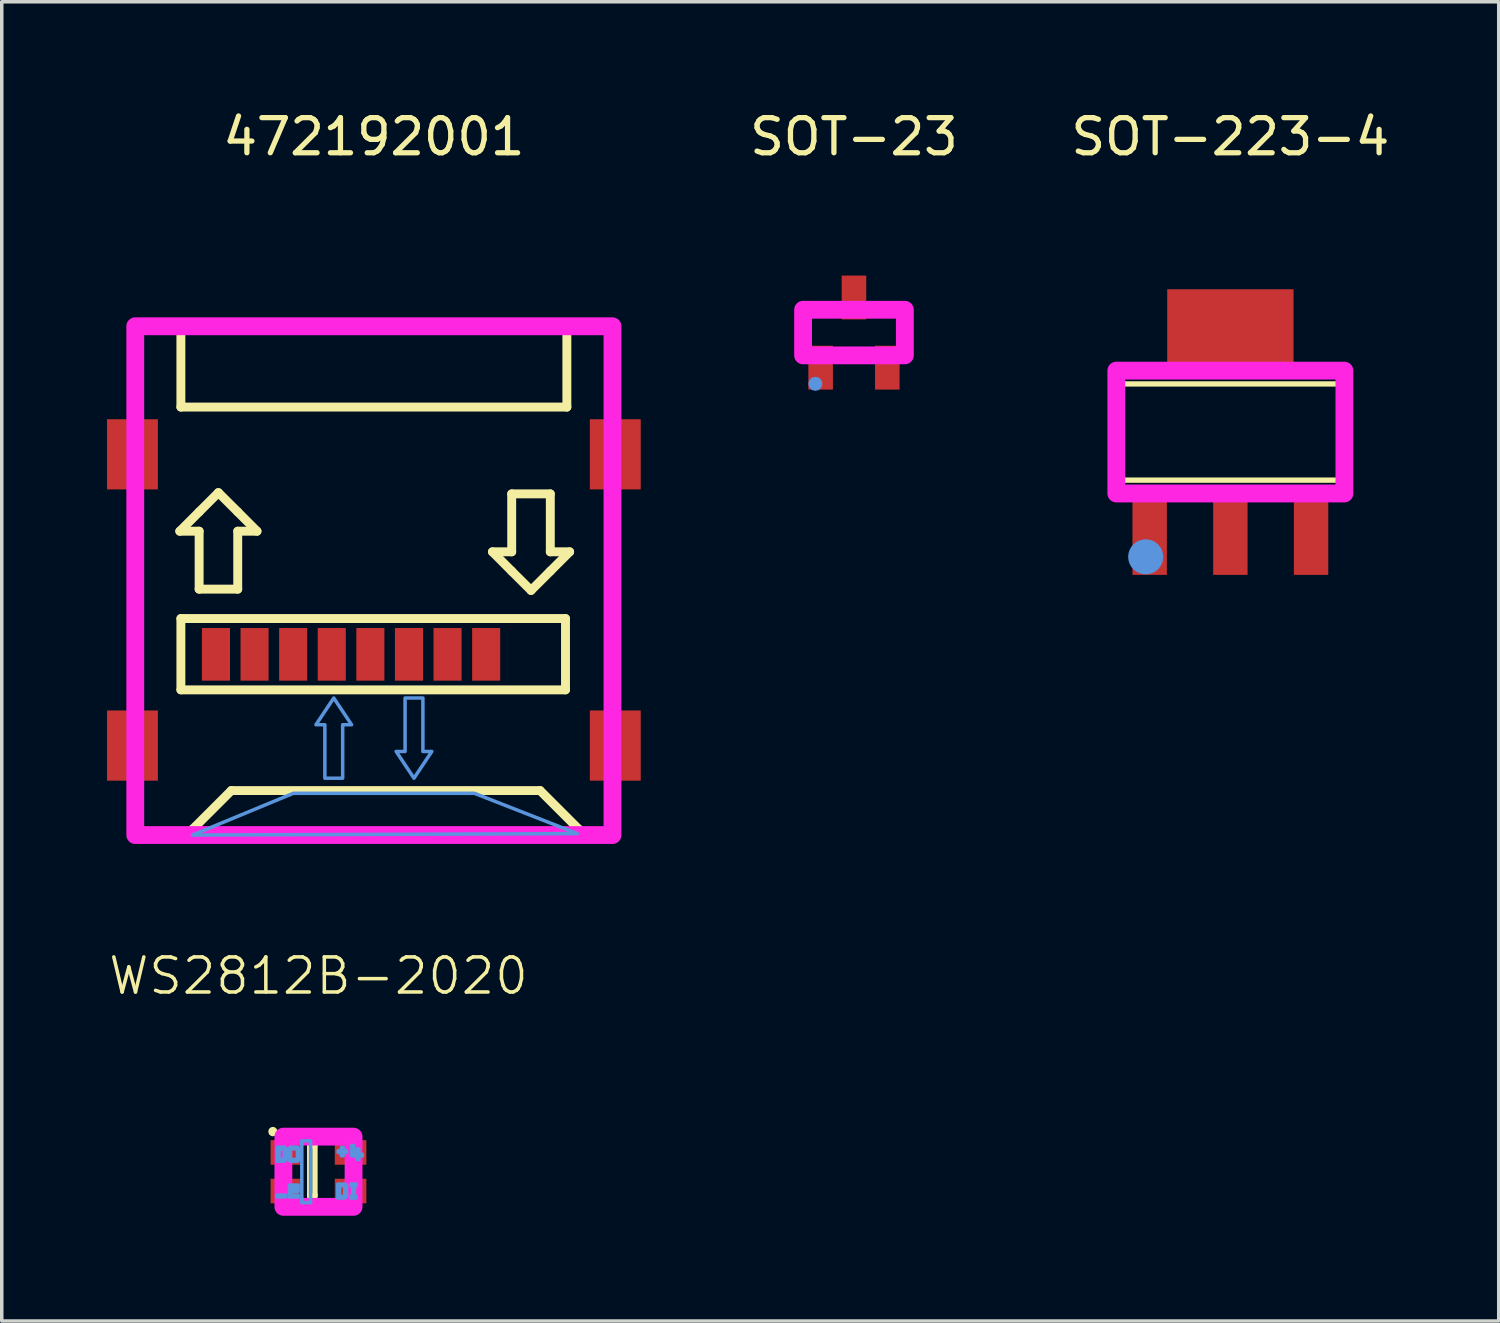
<source format=kicad_pcb>
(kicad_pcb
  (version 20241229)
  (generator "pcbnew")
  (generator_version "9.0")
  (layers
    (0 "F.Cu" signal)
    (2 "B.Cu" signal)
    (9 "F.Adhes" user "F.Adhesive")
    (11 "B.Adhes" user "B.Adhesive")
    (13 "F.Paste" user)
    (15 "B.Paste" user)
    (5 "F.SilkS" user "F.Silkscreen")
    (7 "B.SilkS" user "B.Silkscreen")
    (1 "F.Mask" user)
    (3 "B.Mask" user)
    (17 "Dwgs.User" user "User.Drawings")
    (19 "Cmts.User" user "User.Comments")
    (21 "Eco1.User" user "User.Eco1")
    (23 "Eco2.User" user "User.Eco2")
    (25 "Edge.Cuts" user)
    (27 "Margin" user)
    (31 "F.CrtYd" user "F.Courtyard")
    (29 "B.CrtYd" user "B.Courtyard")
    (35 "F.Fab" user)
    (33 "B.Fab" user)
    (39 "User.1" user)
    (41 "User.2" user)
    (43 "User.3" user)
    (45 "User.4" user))
  (footprint "472192001"
    (layer "F.Cu")
    (at 7.605 1.348)
    (property "Reference" "472192001" (at 0 -0.5 0) (unlocked yes) (layer "F.SilkS") (effects (font (size 1 1) (thickness 0.15))))
    (attr smd)
    (fp_line (start -6.731 4.913) (end -6.731 7.35) (stroke (width 0.254) (type solid)) (layer "F.SilkS"))
    (fp_line (start -6.731 9.75) (end -6.731 15.7) (stroke (width 0.254) (type solid)) (layer "F.SilkS"))
    (fp_line (start -6.731 18) (end -6.731 19.4) (stroke (width 0.254) (type solid)) (layer "F.SilkS"))
    (fp_line (start -6.731 19.4) (end 6.89 19.4) (stroke (width 0.254) (type solid)) (layer "F.SilkS"))
    (fp_line (start -5.531 10.741) (end -4.98 10.19) (stroke (width 0.254) (type solid)) (layer "F.SilkS"))
    (fp_line (start -5.5 5.003) (end 5.5 5.003) (stroke (width 0.254) (type solid)) (layer "F.SilkS"))
    (fp_line (start -5.5 7.203) (end -5.5 5.003) (stroke (width 0.254) (type solid)) (layer "F.SilkS"))
    (fp_line (start -5.5 13.23) (end 5.461 13.23) (stroke (width 0.254) (type solid)) (layer "F.SilkS"))
    (fp_line (start -5.5 15.262) (end -5.5 13.23) (stroke (width 0.254) (type solid)) (layer "F.SilkS"))
    (fp_line (start -5.163 19.231) (end -4.063 18.132) (stroke (width 0.254) (type solid)) (layer "F.SilkS"))
    (fp_line (start -5.163 19.362) (end -5.163 19.231) (stroke (width 0.254) (type solid)) (layer "F.SilkS"))
    (fp_line (start -4.98 10.19) (end -4.431 9.641) (stroke (width 0.254) (type solid)) (layer "F.SilkS"))
    (fp_line (start -4.98 10.741) (end -5.531 10.741) (stroke (width 0.254) (type solid)) (layer "F.SilkS"))
    (fp_line (start -4.98 12.392) (end -4.98 10.741) (stroke (width 0.254) (type solid)) (layer "F.SilkS"))
    (fp_line (start -4.431 9.641) (end -3.88 10.19) (stroke (width 0.254) (type solid)) (layer "F.SilkS"))
    (fp_line (start -4.063 18.132) (end 4.737 18.132) (stroke (width 0.254) (type solid)) (layer "F.SilkS"))
    (fp_line (start -3.88 10.19) (end -3.331 10.741) (stroke (width 0.254) (type solid)) (layer "F.SilkS"))
    (fp_line (start -3.88 10.741) (end -3.88 12.392) (stroke (width 0.254) (type solid)) (layer "F.SilkS"))
    (fp_line (start -3.88 12.392) (end -4.98 12.392) (stroke (width 0.254) (type solid)) (layer "F.SilkS"))
    (fp_line (start -3.331 10.741) (end -3.88 10.741) (stroke (width 0.254) (type solid)) (layer "F.SilkS"))
    (fp_line (start 3.379 11.328) (end 3.928 11.328) (stroke (width 0.254) (type solid)) (layer "F.SilkS"))
    (fp_line (start 3.928 9.677) (end 5.028 9.677) (stroke (width 0.254) (type solid)) (layer "F.SilkS"))
    (fp_line (start 3.928 11.328) (end 3.928 9.677) (stroke (width 0.254) (type solid)) (layer "F.SilkS"))
    (fp_line (start 3.928 11.879) (end 3.379 11.328) (stroke (width 0.254) (type solid)) (layer "F.SilkS"))
    (fp_line (start 4.479 12.428) (end 3.928 11.879) (stroke (width 0.254) (type solid)) (layer "F.SilkS"))
    (fp_line (start 4.737 18.132) (end 5.837 19.232) (stroke (width 0.254) (type solid)) (layer "F.SilkS"))
    (fp_line (start 5.028 9.677) (end 5.028 11.328) (stroke (width 0.254) (type solid)) (layer "F.SilkS"))
    (fp_line (start 5.028 11.328) (end 5.579 11.328) (stroke (width 0.254) (type solid)) (layer "F.SilkS"))
    (fp_line (start 5.028 11.879) (end 4.479 12.428) (stroke (width 0.254) (type solid)) (layer "F.SilkS"))
    (fp_line (start 5.461 13.23) (end 5.461 15.262) (stroke (width 0.254) (type solid)) (layer "F.SilkS"))
    (fp_line (start 5.461 15.262) (end -5.5 15.262) (stroke (width 0.254) (type solid)) (layer "F.SilkS"))
    (fp_line (start 5.5 5.003) (end 5.5 7.203) (stroke (width 0.254) (type solid)) (layer "F.SilkS"))
    (fp_line (start 5.5 7.203) (end -5.5 7.203) (stroke (width 0.254) (type solid)) (layer "F.SilkS"))
    (fp_line (start 5.579 11.328) (end 5.028 11.879) (stroke (width 0.254) (type solid)) (layer "F.SilkS"))
    (fp_line (start 5.837 19.232) (end 5.837 19.362) (stroke (width 0.254) (type solid)) (layer "F.SilkS"))
    (fp_line (start 6.89 4.903) (end -6.731 4.903) (stroke (width 0.254) (type solid)) (layer "F.SilkS"))
    (fp_line (start 6.89 7.35) (end 6.89 4.903) (stroke (width 0.254) (type solid)) (layer "F.SilkS"))
    (fp_line (start 6.89 15.7) (end 6.89 9.75) (stroke (width 0.254) (type solid)) (layer "F.SilkS"))
    (fp_line (start 6.89 19.4) (end -6.71 19.4) (stroke (width 0.254) (type solid)) (layer "F.SilkS"))
    (fp_line (start 6.89 19.4) (end 6.89 18) (stroke (width 0.254) (type solid)) (layer "F.SilkS"))
    (fp_poly (pts (xy -5.17 19.4) (xy -2.297 18.21) (xy -0.01 18.21) (xy 2.864 18.21) (xy 5.8 19.36)) (stroke (width 0.1) (type solid)) (fill no) (layer "Cmts.User"))
    (fp_poly (pts (xy -1.143 15.494) (xy -1.651 16.256) (xy -1.397 16.256) (xy -1.397 17.78) (xy -0.889 17.78) (xy -0.889 16.256) (xy -0.635 16.256) (xy -1.143 15.494)) (stroke (width 0.1) (type solid)) (fill no) (layer "Cmts.User"))
    (fp_poly (pts (xy 1.143 17.78) (xy 1.651 17.018) (xy 1.397 17.018) (xy 1.397 15.494) (xy 0.889 15.494) (xy 0.889 17.018) (xy 0.635 17.018) (xy 1.143 17.78)) (stroke (width 0.1) (type solid)) (fill no) (layer "Cmts.User"))
    (fp_poly (pts (xy -6.8 19.4) (xy -6.8 4.9) (xy 6.8 4.9) (xy 6.8 19.4)) (stroke (width 0.508) (type solid)) (fill no) (layer "F.CrtYd"))
    (pad "1" smd rect (at 3.2 14.25) (size 0.8 1.5) (layers "F.Cu" "F.Mask" "F.Paste"))
    (pad "2" smd rect (at 2.1 14.25) (size 0.8 1.5) (layers "F.Cu" "F.Mask" "F.Paste"))
    (pad "3" smd rect (at 1 14.25) (size 0.8 1.5) (layers "F.Cu" "F.Mask" "F.Paste"))
    (pad "4" smd rect (at -0.1 14.25) (size 0.8 1.5) (layers "F.Cu" "F.Mask" "F.Paste"))
    (pad "5" smd rect (at -1.2 14.25) (size 0.8 1.5) (layers "F.Cu" "F.Mask" "F.Paste"))
    (pad "6" smd rect (at -2.3 14.25) (size 0.8 1.5) (layers "F.Cu" "F.Mask" "F.Paste"))
    (pad "7" smd rect (at -3.4 14.25) (size 0.8 1.5) (layers "F.Cu" "F.Mask" "F.Paste"))
    (pad "8" smd rect (at -4.5 14.25) (size 0.8 1.5) (layers "F.Cu" "F.Mask" "F.Paste"))
    (pad "9" smd rect (at 6.88 8.55) (size 1.45 2) (layers "F.Cu" "F.Mask" "F.Paste"))
    (pad "10" smd rect (at -6.88 8.55) (size 1.45 2) (layers "F.Cu" "F.Mask" "F.Paste"))
    (pad "11" smd rect (at -6.88 16.85) (size 1.45 2) (layers "F.Cu" "F.Mask" "F.Paste"))
    (pad "12" smd rect (at 6.88 16.85) (size 1.45 2) (layers "F.Cu" "F.Mask" "F.Paste")))
  (footprint "SOT-223-4"
    (layer "F.Cu")
    (at 32.014 1.348)
    (property "Reference" "SOT-223-4" (at 0 -0.5 0) (unlocked yes) (layer "F.SilkS") (effects (font (size 1 1) (thickness 0.15))))
    (attr smd)
    (fp_line (start -3.326 6.543) (end 3.326 6.543) (stroke (width 0.152) (type solid)) (layer "F.SilkS"))
    (fp_line (start -3.326 9.286) (end -3.326 6.543) (stroke (width 0.152) (type solid)) (layer "F.SilkS"))
    (fp_line (start 3.326 6.543) (end 3.326 9.286) (stroke (width 0.152) (type solid)) (layer "F.SilkS"))
    (fp_line (start 3.326 9.286) (end -3.326 9.286) (stroke (width 0.152) (type solid)) (layer "F.SilkS"))
    (fp_circle (center -2.413 11.471) (end -2.663 11.471) (stroke (width 0.5) (type solid)) (fill no) (layer "Cmts.User"))
    (fp_poly (pts (xy -3.25 6.165) (xy 3.25 6.165) (xy 3.25 9.665) (xy -3.25 9.665)) (stroke (width 0.508) (type solid)) (fill no) (layer "F.CrtYd"))
    (pad "1" smd rect (at -2.3 10.75 270) (size 2.47 0.98) (layers "F.Cu" "F.Mask" "F.Paste"))
    (pad "2" smd rect (at 0 10.75 270) (size 2.47 0.98) (layers "F.Cu" "F.Mask" "F.Paste"))
    (pad "3" smd rect (at 2.3 10.75 270) (size 2.47 0.98) (layers "F.Cu" "F.Mask" "F.Paste"))
    (pad "4" smd rect (at 0 5.08 270) (size 2.47 3.6) (layers "F.Cu" "F.Mask" "F.Paste")))
  (footprint "SOT-23"
    (layer "F.Cu")
    (at 21.287 1.348)
    (property "Reference" "SOT-23" (at 0 -0.5 0) (unlocked yes) (layer "F.SilkS") (effects (font (size 1 1) (thickness 0.15))))
    (attr smd)
    (fp_line (start -1.526 4.354) (end -0.495 4.354) (stroke (width 0.152) (type solid)) (layer "F.SilkS"))
    (fp_line (start -1.526 5.806) (end -1.526 4.354) (stroke (width 0.152) (type solid)) (layer "F.SilkS"))
    (fp_line (start 0.455 5.806) (end -0.455 5.806) (stroke (width 0.152) (type solid)) (layer "F.SilkS"))
    (fp_line (start 1.526 4.354) (end 0.495 4.354) (stroke (width 0.152) (type solid)) (layer "F.SilkS"))
    (fp_line (start 1.526 5.806) (end 1.526 4.354) (stroke (width 0.152) (type solid)) (layer "F.SilkS"))
    (fp_circle (center -1.1 6.54) (end -1.2 6.54) (stroke (width 0.2) (type solid)) (fill no) (layer "Cmts.User"))
    (fp_poly (pts (xy -1.45 4.43) (xy 1.45 4.43) (xy 1.45 5.73) (xy -1.45 5.73)) (stroke (width 0.508) (type solid)) (fill no) (layer "F.CrtYd"))
    (pad "1" smd rect (at -0.95 6.08 270) (size 1.25 0.7) (layers "F.Cu" "F.Mask" "F.Paste"))
    (pad "2" smd rect (at 0.95 6.08 270) (size 1.25 0.7) (layers "F.Cu" "F.Mask" "F.Paste"))
    (pad "3" smd rect (at 0 4.08 270) (size 1.25 0.7) (layers "F.Cu" "F.Mask" "F.Paste")))
  (footprint "WS2812B-2020"
    (layer "F.Cu")
    (at 6.026 25.263)
    (property "Reference" "WS2812B-2020" (at 0 -0.5 0) (unlocked yes) (layer "F.SilkS") (effects (font (size 1 1) (thickness 0.1))))
    (attr smd)
    (fp_line (start -1.3 3.93) (end -1.3 3.942) (stroke (width 0.254) (type solid)) (layer "F.SilkS"))
    (fp_line (start -1 6.18) (end 1 6.18) (stroke (width 0.152) (type solid)) (layer "F.SilkS"))
    (fp_line (start -0.25 4.33) (end -0.25 5.78) (stroke (width 0.152) (type solid)) (layer "F.SilkS"))
    (fp_line (start -0.25 4.33) (end -0.1 4.33) (stroke (width 0.152) (type solid)) (layer "F.SilkS"))
    (fp_line (start -0.1 4.33) (end -0.1 5.73) (stroke (width 0.152) (type solid)) (layer "F.SilkS"))
    (fp_line (start -0.1 5.73) (end -0.1 5.78) (stroke (width 0.152) (type solid)) (layer "F.SilkS"))
    (fp_line (start -0.1 5.78) (end -0.25 5.78) (stroke (width 0.152) (type solid)) (layer "F.SilkS"))
    (fp_line (start 1 3.98) (end -1 3.98) (stroke (width 0.152) (type solid)) (layer "F.SilkS"))
    (fp_poly (pts (xy -1.18 5.745) (xy -0.94 5.745) (xy -0.94 5.795) (xy -1.18 5.795)) (stroke (width 0.1) (type solid)) (fill no) (layer "Cmts.User"))
    (fp_poly (pts (xy -0.225 4.2) (xy -0.225 5.96) (xy -0.475 5.96) (xy -0.475 4.2)) (stroke (width 0.1) (type solid)) (fill no) (layer "Cmts.User"))
    (fp_poly (pts (xy 0.56 4.48) (xy 0.8 4.48) (xy 0.8 4.53) (xy 0.56 4.53)) (stroke (width 0.1) (type solid)) (fill no) (layer "Cmts.User"))
    (fp_poly (pts (xy 0.655 4.625) (xy 0.655 4.385) (xy 0.705 4.385) (xy 0.705 4.625)) (stroke (width 0.1) (type solid)) (fill no) (layer "Cmts.User"))
    (fp_poly (pts (xy -1.175 4.38) (xy -1.175 4.78) (xy -1.025 4.78) (xy -0.975 4.78) (xy -0.925 4.73) (xy -0.925 4.43) (xy -0.975 4.38) (xy -1.075 4.38) (xy -1.075 4.43) (xy -0.975 4.43) (xy -0.975 4.73) (xy -1.125 4.73) (xy -1.125 4.38)) (stroke (width 0.1) (type solid)) (fill no) (layer "Cmts.User"))
    (fp_poly (pts (xy 0.55 5.43) (xy 0.55 5.83) (xy 0.7 5.83) (xy 0.75 5.83) (xy 0.8 5.78) (xy 0.8 5.48) (xy 0.75 5.43) (xy 0.65 5.43) (xy 0.65 5.48) (xy 0.75 5.48) (xy 0.75 5.78) (xy 0.6 5.78) (xy 0.6 5.43)) (stroke (width 0.1) (type solid)) (fill no) (layer "Cmts.User"))
    (fp_poly (pts (xy 0.925 5.83) (xy 0.925 5.78) (xy 0.975 5.78) (xy 0.975 5.48) (xy 0.925 5.48) (xy 0.925 5.43) (xy 1.075 5.43) (xy 1.075 5.48) (xy 1.025 5.48) (xy 1.025 5.78) (xy 1.075 5.78) (xy 1.075 5.83) (xy 0.925 5.83)) (stroke (width 0.1) (type solid)) (fill no) (layer "Cmts.User"))
    (fp_poly (pts (xy 0.95 4.33) (xy 0.95 4.63) (xy 1.1 4.63) (xy 1.1 4.73) (xy 1.15 4.73) (xy 1.15 4.63) (xy 1.25 4.63) (xy 1.25 4.58) (xy 1.15 4.58) (xy 1.15 4.43) (xy 1.1 4.43) (xy 1.1 4.58) (xy 1 4.58) (xy 1 4.33)) (stroke (width 0.1) (type solid)) (fill no) (layer "Cmts.User"))
    (fp_poly (pts (xy -0.82 5.46) (xy -0.58 5.46) (xy -0.58 5.64) (xy -0.79 5.64) (xy -0.79 5.75) (xy -0.58 5.75) (xy -0.58 5.8) (xy -0.82 5.8) (xy -0.83 5.8) (xy -0.83 5.79) (xy -0.83 5.6) (xy -0.61 5.6) (xy -0.61 5.5) (xy -0.83 5.5) (xy -0.83 5.46)) (stroke (width 0.1) (type solid)) (fill no) (layer "Cmts.User"))
    (fp_poly (pts (xy -0.8 4.38) (xy -0.85 4.43) (xy -0.85 4.73) (xy -0.85 4.73) (xy -0.8 4.78) (xy -0.6 4.78) (xy -0.55 4.73) (xy -0.55 4.43) (xy -0.55 4.43) (xy -0.6 4.38) (xy -0.7 4.38) (xy -0.7 4.43) (xy -0.6 4.43) (xy -0.6 4.73) (xy -0.8 4.73) (xy -0.8 4.43) (xy -0.75 4.43) (xy -0.75 4.38)) (stroke (width 0.1) (type solid)) (fill no) (layer "Cmts.User"))
    (fp_poly (pts (xy -1 4.08) (xy 1 4.08) (xy 1 6.08) (xy -1 6.08)) (stroke (width 0.508) (type solid)) (fill no) (layer "F.CrtYd"))
    (pad "1" smd rect (at -0.915 4.53) (size 0.9 0.7) (layers "F.Cu" "F.Mask" "F.Paste"))
    (pad "2" smd rect (at -0.915 5.63) (size 0.9 0.7) (layers "F.Cu" "F.Mask" "F.Paste"))
    (pad "3" smd rect (at 0.915 5.63) (size 0.9 0.7) (layers "F.Cu" "F.Mask" "F.Paste"))
    (pad "4" smd rect (at 0.915 4.53) (size 0.9 0.7) (layers "F.Cu" "F.Mask" "F.Paste")))
  (gr_rect
    (start -3 -3)
    (end 39.662 34.597)
    (stroke (width 0.1) (type default))
    (fill no)
    (layer "Edge.Cuts")))
</source>
